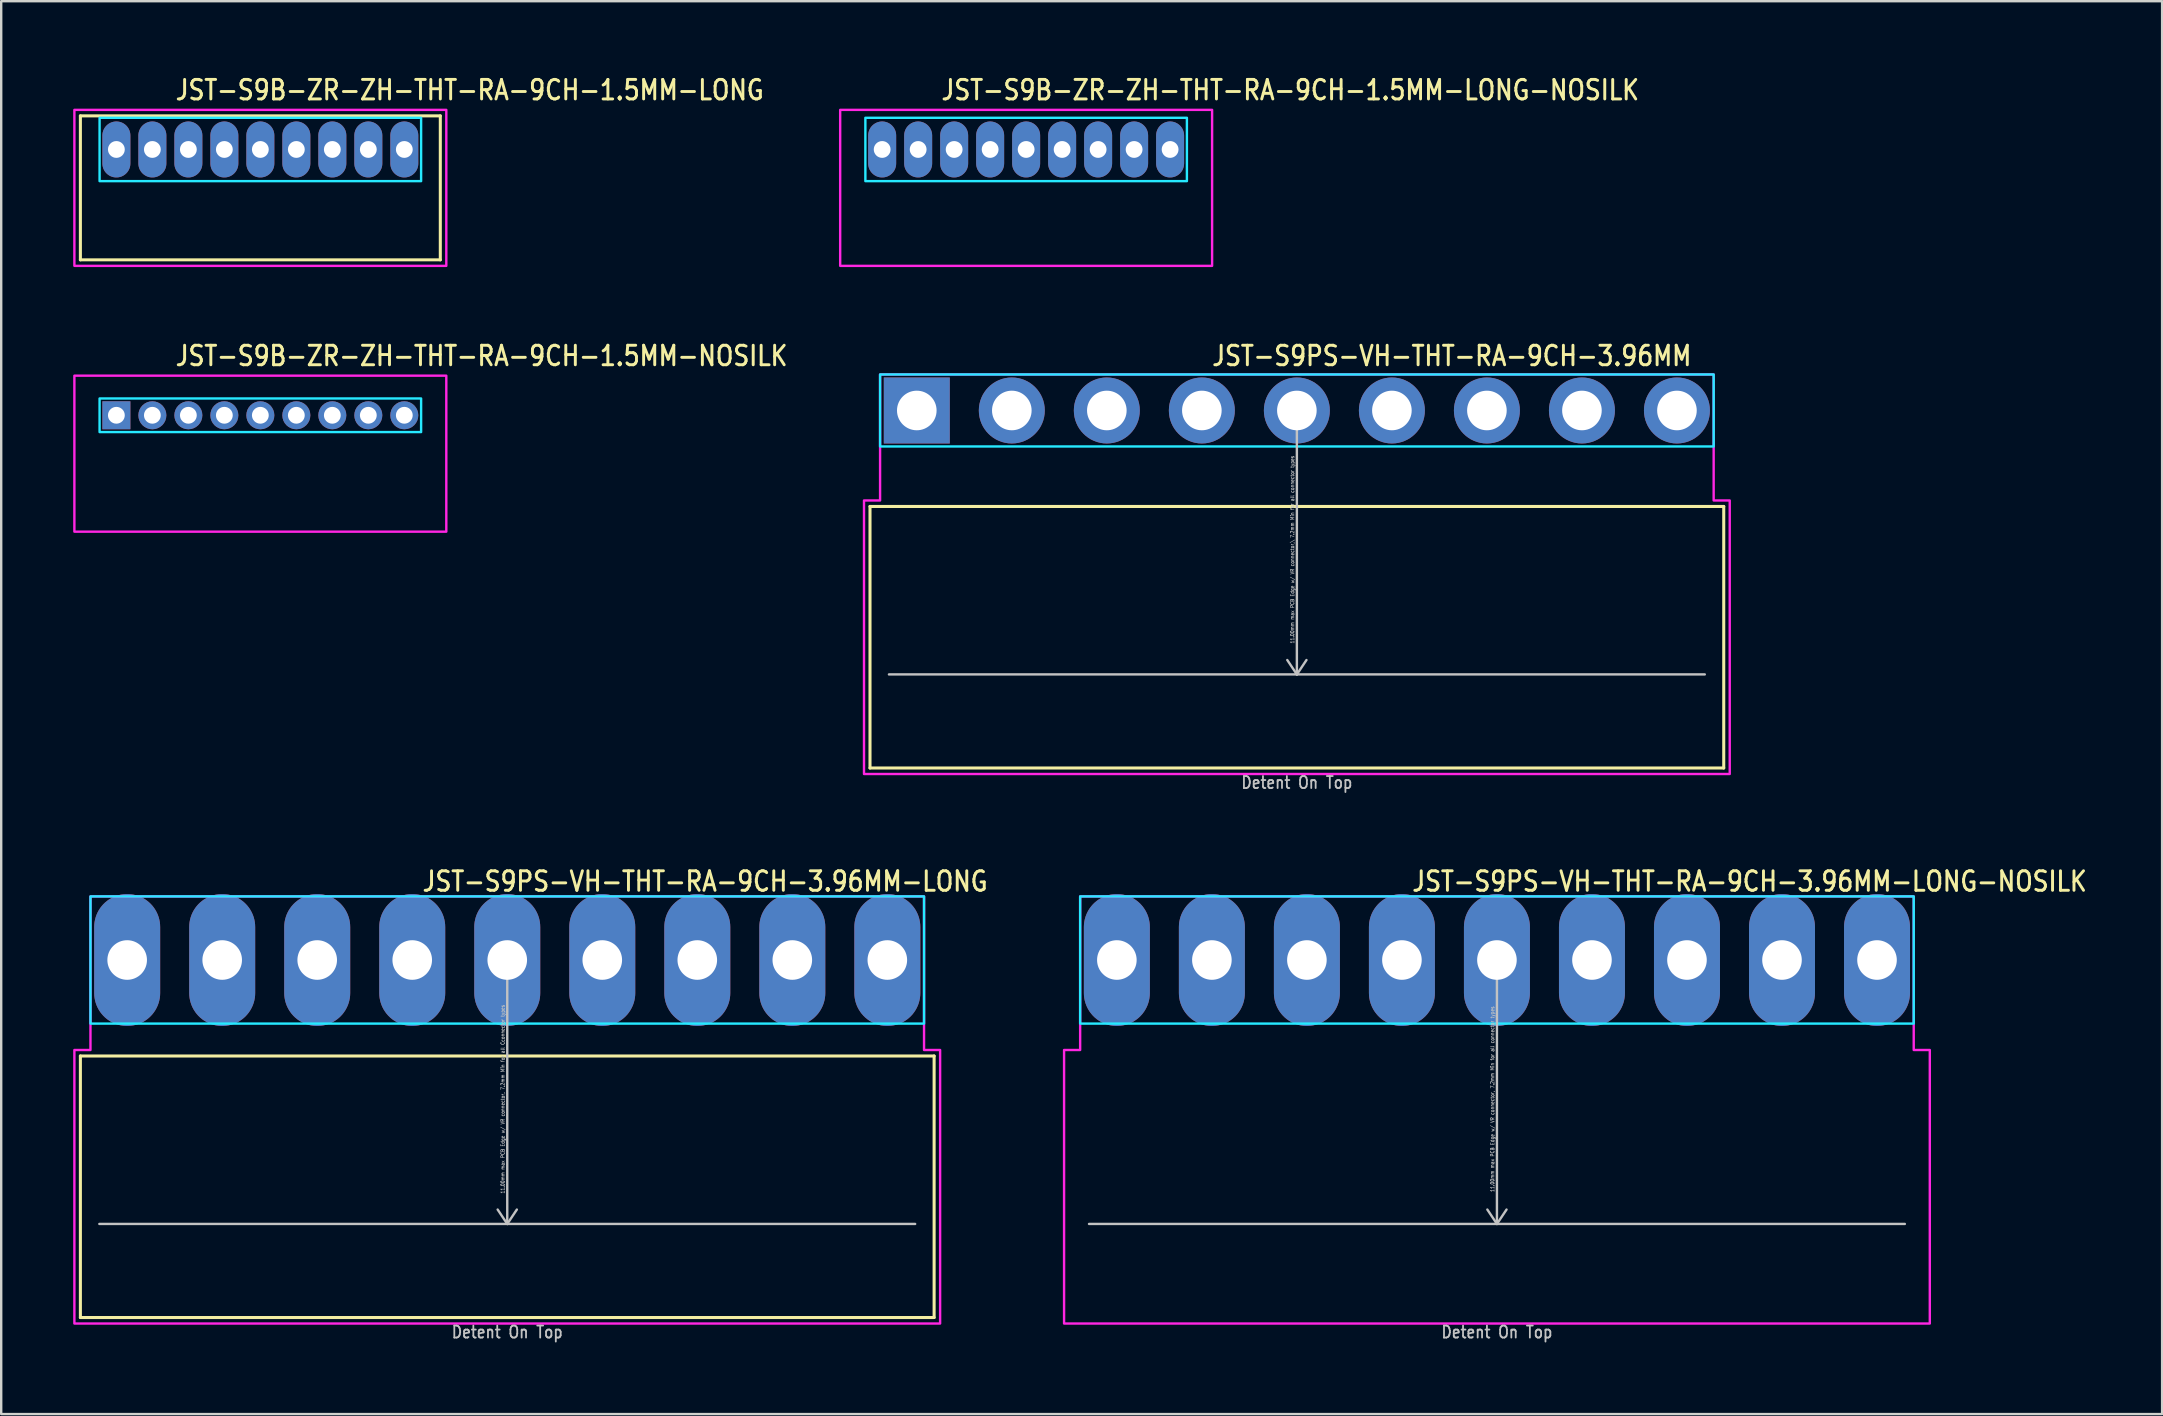
<source format=kicad_pcb>
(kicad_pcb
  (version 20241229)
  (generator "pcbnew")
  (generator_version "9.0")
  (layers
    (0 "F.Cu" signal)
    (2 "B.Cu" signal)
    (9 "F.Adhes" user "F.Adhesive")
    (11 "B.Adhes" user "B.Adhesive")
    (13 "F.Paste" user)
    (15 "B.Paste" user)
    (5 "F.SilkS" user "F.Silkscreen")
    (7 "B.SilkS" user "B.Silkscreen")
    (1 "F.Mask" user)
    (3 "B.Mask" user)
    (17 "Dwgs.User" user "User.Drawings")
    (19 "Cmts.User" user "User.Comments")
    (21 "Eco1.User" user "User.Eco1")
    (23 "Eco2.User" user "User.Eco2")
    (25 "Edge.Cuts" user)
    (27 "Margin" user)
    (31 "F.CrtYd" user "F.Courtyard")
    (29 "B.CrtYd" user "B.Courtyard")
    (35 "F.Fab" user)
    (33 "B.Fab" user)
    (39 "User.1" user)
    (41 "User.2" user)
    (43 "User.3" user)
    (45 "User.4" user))
  (footprint "JST-S9PS-VH-THT-RA-9CH-3.96MM-LONG-NOSILK"
    (layer "F.Cu")
    (at 59.336 36.959)
    (property "Reference" "JST-S9PS-VH-THT-RA-9CH-3.96MM-LONG-NOSILK" (at -3.6 -2.8 0) (unlocked yes) (layer "F.SilkS") (effects (font (size 0.813 0.695) (thickness 0.122)) (justify left bottom)))
    (fp_line (start -17 11) (end 17 11) (stroke (width 0.1) (type solid)) (layer "Dwgs.User"))
    (fp_line (start 0 0) (end -0.4 0.6) (stroke (width 0.1) (type solid)) (layer "Dwgs.User"))
    (fp_line (start 0 0) (end 0 11) (stroke (width 0.1) (type solid)) (layer "Dwgs.User"))
    (fp_line (start 0 0) (end 0.4 0.6) (stroke (width 0.1) (type solid)) (layer "Dwgs.User"))
    (fp_line (start 0 11) (end -0.4 10.4) (stroke (width 0.1) (type solid)) (layer "Dwgs.User"))
    (fp_line (start 0 11) (end 0.4 10.4) (stroke (width 0.1) (type solid)) (layer "Dwgs.User"))
    (fp_poly (pts (xy -17.37 -2.65) (xy -17.37 2.65) (xy 17.37 2.65) (xy 17.37 -2.65)) (stroke (width 0.1) (type solid)) (fill no) (layer "B.CrtYd"))
    (fp_poly (pts (xy -18.04 3.75) (xy -18.04 15.15) (xy 18.04 15.15) (xy 18.04 3.75) (xy 17.37 3.75) (xy 17.37 -2.65) (xy -17.37 -2.65) (xy -17.37 3.75)) (stroke (width 0.1) (type solid)) (fill no) (layer "F.CrtYd"))
    (fp_text user "Detent On Top" (at 0 15.8 0) (unlocked yes) (layer "Dwgs.User") (effects (font (size 0.5 0.427) (thickness 0.075)) (justify bottom)))
    (fp_text user "11.00mm max PCB Edge w/ VR connector, 7.2mm Min for all connector types" (at -0.1 5.8 90) (unlocked yes) (layer "Dwgs.User") (effects (font (size 0.15 0.128) (thickness 0.022)) (justify bottom)))
    (pad "P$1" thru_hole oval (at -15.84 0 90) (size 5.5 2.75) (drill 1.65) (layers "*.Cu" "*.Mask"))
    (pad "P$2" thru_hole oval (at -11.88 0 90) (size 5.5 2.75) (drill 1.65) (layers "*.Cu" "*.Mask"))
    (pad "P$3" thru_hole oval (at -7.92 0 90) (size 5.5 2.75) (drill 1.65) (layers "*.Cu" "*.Mask"))
    (pad "P$4" thru_hole oval (at -3.96 0 90) (size 5.5 2.75) (drill 1.65) (layers "*.Cu" "*.Mask"))
    (pad "P$5" thru_hole oval (at 0 0 90) (size 5.5 2.75) (drill 1.65) (layers "*.Cu" "*.Mask"))
    (pad "P$6" thru_hole oval (at 3.96 0 90) (size 5.5 2.75) (drill 1.65) (layers "*.Cu" "*.Mask"))
    (pad "P$7" thru_hole oval (at 7.92 0 90) (size 5.5 2.75) (drill 1.65) (layers "*.Cu" "*.Mask"))
    (pad "P$8" thru_hole oval (at 11.88 0 90) (size 5.5 2.75) (drill 1.65) (layers "*.Cu" "*.Mask"))
    (pad "P$9" thru_hole oval (at 15.84 0 90) (size 5.5 2.75) (drill 1.65) (layers "*.Cu" "*.Mask")))
  (footprint "JST-S9B-ZR-ZH-THT-RA-9CH-1.5MM-NOSILK"
    (layer "F.Cu")
    (at 7.8 14.257)
    (property "Reference" "JST-S9B-ZR-ZH-THT-RA-9CH-1.5MM-NOSILK" (at -3.6 -2 0) (unlocked yes) (layer "F.SilkS") (effects (font (size 0.813 0.695) (thickness 0.122)) (justify left bottom)))
    (fp_poly (pts (xy -6.7 -0.7) (xy -6.7 0.7) (xy 6.7 0.7) (xy 6.7 -0.7)) (stroke (width 0.1) (type solid)) (fill no) (layer "B.CrtYd"))
    (fp_poly (pts (xy -7.75 -1.65) (xy -7.75 4.85) (xy 7.75 4.85) (xy 7.75 -1.65)) (stroke (width 0.1) (type solid)) (fill no) (layer "F.CrtYd"))
    (pad "P$1" thru_hole rect (at -6 0) (size 1.167 1.167) (drill 0.7) (layers "*.Cu" "*.Mask"))
    (pad "P$2" thru_hole oval (at -4.5 0) (size 1.167 1.167) (drill 0.7) (layers "*.Cu" "*.Mask"))
    (pad "P$3" thru_hole oval (at -3 0) (size 1.167 1.167) (drill 0.7) (layers "*.Cu" "*.Mask"))
    (pad "P$4" thru_hole oval (at -1.5 0) (size 1.167 1.167) (drill 0.7) (layers "*.Cu" "*.Mask"))
    (pad "P$5" thru_hole oval (at 0 0) (size 1.167 1.167) (drill 0.7) (layers "*.Cu" "*.Mask"))
    (pad "P$6" thru_hole oval (at 1.5 0) (size 1.167 1.167) (drill 0.7) (layers "*.Cu" "*.Mask"))
    (pad "P$7" thru_hole oval (at 3 0) (size 1.167 1.167) (drill 0.7) (layers "*.Cu" "*.Mask"))
    (pad "P$8" thru_hole oval (at 4.5 0) (size 1.167 1.167) (drill 0.7) (layers "*.Cu" "*.Mask"))
    (pad "P$9" thru_hole oval (at 6 0) (size 1.167 1.167) (drill 0.7) (layers "*.Cu" "*.Mask")))
  (footprint "JST-S9B-ZR-ZH-THT-RA-9CH-1.5MM-LONG-NOSILK"
    (layer "F.Cu")
    (at 39.715 3.179)
    (property "Reference" "JST-S9B-ZR-ZH-THT-RA-9CH-1.5MM-LONG-NOSILK" (at -3.6 -2 0) (unlocked yes) (layer "F.SilkS") (effects (font (size 0.813 0.695) (thickness 0.122)) (justify left bottom)))
    (fp_poly (pts (xy -6.7 -1.32) (xy -6.7 1.32) (xy 6.7 1.32) (xy 6.7 -1.32)) (stroke (width 0.1) (type solid)) (fill no) (layer "B.CrtYd"))
    (fp_poly (pts (xy -7.75 -1.65) (xy -7.75 4.85) (xy 7.75 4.85) (xy 7.75 -1.65)) (stroke (width 0.1) (type solid)) (fill no) (layer "F.CrtYd"))
    (pad "P$1" thru_hole oval (at -6 0 90) (size 2.333 1.167) (drill 0.7) (layers "*.Cu" "*.Mask"))
    (pad "P$2" thru_hole oval (at -4.5 0 90) (size 2.333 1.167) (drill 0.7) (layers "*.Cu" "*.Mask"))
    (pad "P$3" thru_hole oval (at -3 0 90) (size 2.333 1.167) (drill 0.7) (layers "*.Cu" "*.Mask"))
    (pad "P$4" thru_hole oval (at -1.5 0 90) (size 2.333 1.167) (drill 0.7) (layers "*.Cu" "*.Mask"))
    (pad "P$5" thru_hole oval (at 0 0 90) (size 2.333 1.167) (drill 0.7) (layers "*.Cu" "*.Mask"))
    (pad "P$6" thru_hole oval (at 1.5 0 90) (size 2.333 1.167) (drill 0.7) (layers "*.Cu" "*.Mask"))
    (pad "P$7" thru_hole oval (at 3 0 90) (size 2.333 1.167) (drill 0.7) (layers "*.Cu" "*.Mask"))
    (pad "P$8" thru_hole oval (at 4.5 0 90) (size 2.333 1.167) (drill 0.7) (layers "*.Cu" "*.Mask"))
    (pad "P$9" thru_hole oval (at 6 0 90) (size 2.333 1.167) (drill 0.7) (layers "*.Cu" "*.Mask")))
  (footprint "JST-S9B-ZR-ZH-THT-RA-9CH-1.5MM-LONG"
    (layer "F.Cu")
    (at 7.8 3.179)
    (property "Reference" "JST-S9B-ZR-ZH-THT-RA-9CH-1.5MM-LONG" (at -3.6 -2 0) (unlocked yes) (layer "F.SilkS") (effects (font (size 0.813 0.695) (thickness 0.122)) (justify left bottom)))
    (fp_line (start -7.5 -1.4) (end 7.5 -1.4) (stroke (width 0.127) (type solid)) (layer "F.SilkS"))
    (fp_line (start -7.5 4.6) (end -7.5 -1.4) (stroke (width 0.127) (type solid)) (layer "F.SilkS"))
    (fp_line (start -7.5 4.6) (end 7.5 4.6) (stroke (width 0.127) (type solid)) (layer "F.SilkS"))
    (fp_line (start 7.5 -1.4) (end 7.5 4.6) (stroke (width 0.127) (type solid)) (layer "F.SilkS"))
    (fp_poly (pts (xy -6.7 -1.32) (xy -6.7 1.32) (xy 6.7 1.32) (xy 6.7 -1.32)) (stroke (width 0.1) (type solid)) (fill no) (layer "B.CrtYd"))
    (fp_poly (pts (xy -7.75 -1.65) (xy -7.75 4.85) (xy 7.75 4.85) (xy 7.75 -1.65)) (stroke (width 0.1) (type solid)) (fill no) (layer "F.CrtYd"))
    (pad "P$1" thru_hole oval (at -6 0 90) (size 2.333 1.167) (drill 0.7) (layers "*.Cu" "*.Mask"))
    (pad "P$2" thru_hole oval (at -4.5 0 90) (size 2.333 1.167) (drill 0.7) (layers "*.Cu" "*.Mask"))
    (pad "P$3" thru_hole oval (at -3 0 90) (size 2.333 1.167) (drill 0.7) (layers "*.Cu" "*.Mask"))
    (pad "P$4" thru_hole oval (at -1.5 0 90) (size 2.333 1.167) (drill 0.7) (layers "*.Cu" "*.Mask"))
    (pad "P$5" thru_hole oval (at 0 0 90) (size 2.333 1.167) (drill 0.7) (layers "*.Cu" "*.Mask"))
    (pad "P$6" thru_hole oval (at 1.5 0 90) (size 2.333 1.167) (drill 0.7) (layers "*.Cu" "*.Mask"))
    (pad "P$7" thru_hole oval (at 3 0 90) (size 2.333 1.167) (drill 0.7) (layers "*.Cu" "*.Mask"))
    (pad "P$8" thru_hole oval (at 4.5 0 90) (size 2.333 1.167) (drill 0.7) (layers "*.Cu" "*.Mask"))
    (pad "P$9" thru_hole oval (at 6 0 90) (size 2.333 1.167) (drill 0.7) (layers "*.Cu" "*.Mask")))
  (footprint "JST-S9PS-VH-THT-RA-9CH-3.96MM-LONG"
    (layer "F.Cu")
    (at 18.09 36.959)
    (property "Reference" "JST-S9PS-VH-THT-RA-9CH-3.96MM-LONG" (at -3.6 -2.8 0) (unlocked yes) (layer "F.SilkS") (effects (font (size 0.813 0.695) (thickness 0.122)) (justify left bottom)))
    (fp_line (start -17.79 4) (end 17.79 4) (stroke (width 0.127) (type solid)) (layer "F.SilkS"))
    (fp_line (start -17.79 14.9) (end -17.79 4) (stroke (width 0.127) (type solid)) (layer "F.SilkS"))
    (fp_line (start -17.79 14.9) (end 17.79 14.9) (stroke (width 0.127) (type solid)) (layer "F.SilkS"))
    (fp_line (start 17.79 4) (end 17.79 14.9) (stroke (width 0.127) (type solid)) (layer "F.SilkS"))
    (fp_line (start -17 11) (end 17 11) (stroke (width 0.1) (type solid)) (layer "Dwgs.User"))
    (fp_line (start 0 0) (end -0.4 0.6) (stroke (width 0.1) (type solid)) (layer "Dwgs.User"))
    (fp_line (start 0 0) (end 0 11) (stroke (width 0.1) (type solid)) (layer "Dwgs.User"))
    (fp_line (start 0 0) (end 0.4 0.6) (stroke (width 0.1) (type solid)) (layer "Dwgs.User"))
    (fp_line (start 0 11) (end -0.4 10.4) (stroke (width 0.1) (type solid)) (layer "Dwgs.User"))
    (fp_line (start 0 11) (end 0.4 10.4) (stroke (width 0.1) (type solid)) (layer "Dwgs.User"))
    (fp_poly (pts (xy -17.37 -2.65) (xy -17.37 2.65) (xy 17.37 2.65) (xy 17.37 -2.65)) (stroke (width 0.1) (type solid)) (fill no) (layer "B.CrtYd"))
    (fp_poly (pts (xy -18.04 3.75) (xy -18.04 15.15) (xy 18.04 15.15) (xy 18.04 3.75) (xy 17.37 3.75) (xy 17.37 -2.65) (xy -17.37 -2.65) (xy -17.37 3.75)) (stroke (width 0.1) (type solid)) (fill no) (layer "F.CrtYd"))
    (fp_text user "Detent On Top" (at 0 15.8 0) (unlocked yes) (layer "Dwgs.User") (effects (font (size 0.5 0.427) (thickness 0.075)) (justify bottom)))
    (fp_text user "11.00mm max PCB Edge w/ VR connector, 7.2mm Min for all Cconnector types" (at -0.1 5.8 90) (unlocked yes) (layer "Dwgs.User") (effects (font (size 0.15 0.128) (thickness 0.022)) (justify bottom)))
    (pad "P$1" thru_hole oval (at -15.84 0 90) (size 5.5 2.75) (drill 1.65) (layers "*.Cu" "*.Mask"))
    (pad "P$2" thru_hole oval (at -11.88 0 90) (size 5.5 2.75) (drill 1.65) (layers "*.Cu" "*.Mask"))
    (pad "P$3" thru_hole oval (at -7.92 0 90) (size 5.5 2.75) (drill 1.65) (layers "*.Cu" "*.Mask"))
    (pad "P$4" thru_hole oval (at -3.96 0 90) (size 5.5 2.75) (drill 1.65) (layers "*.Cu" "*.Mask"))
    (pad "P$5" thru_hole oval (at 0 0 90) (size 5.5 2.75) (drill 1.65) (layers "*.Cu" "*.Mask"))
    (pad "P$6" thru_hole oval (at 3.96 0 90) (size 5.5 2.75) (drill 1.65) (layers "*.Cu" "*.Mask"))
    (pad "P$7" thru_hole oval (at 7.92 0 90) (size 5.5 2.75) (drill 1.65) (layers "*.Cu" "*.Mask"))
    (pad "P$8" thru_hole oval (at 11.88 0 90) (size 5.5 2.75) (drill 1.65) (layers "*.Cu" "*.Mask"))
    (pad "P$9" thru_hole oval (at 15.84 0 90) (size 5.5 2.75) (drill 1.65) (layers "*.Cu" "*.Mask")))
  (footprint "JST-S9PS-VH-THT-RA-9CH-3.96MM"
    (layer "F.Cu")
    (at 50.998 14.057)
    (property "Reference" "JST-S9PS-VH-THT-RA-9CH-3.96MM" (at -3.6 -1.8 0) (unlocked yes) (layer "F.SilkS") (effects (font (size 0.813 0.695) (thickness 0.122)) (justify left bottom)))
    (fp_line (start -17.79 4) (end 17.79 4) (stroke (width 0.127) (type solid)) (layer "F.SilkS"))
    (fp_line (start -17.79 14.9) (end -17.79 4) (stroke (width 0.127) (type solid)) (layer "F.SilkS"))
    (fp_line (start -17.79 14.9) (end 17.79 14.9) (stroke (width 0.127) (type solid)) (layer "F.SilkS"))
    (fp_line (start 17.79 4) (end 17.79 14.9) (stroke (width 0.127) (type solid)) (layer "F.SilkS"))
    (fp_line (start -17 11) (end 17 11) (stroke (width 0.1) (type solid)) (layer "Dwgs.User"))
    (fp_line (start 0 0) (end -0.4 0.6) (stroke (width 0.1) (type solid)) (layer "Dwgs.User"))
    (fp_line (start 0 0) (end 0 11) (stroke (width 0.1) (type solid)) (layer "Dwgs.User"))
    (fp_line (start 0 0) (end 0.4 0.6) (stroke (width 0.1) (type solid)) (layer "Dwgs.User"))
    (fp_line (start 0 11) (end -0.4 10.4) (stroke (width 0.1) (type solid)) (layer "Dwgs.User"))
    (fp_line (start 0 11) (end 0.4 10.4) (stroke (width 0.1) (type solid)) (layer "Dwgs.User"))
    (fp_poly (pts (xy -17.37 -1.5) (xy -17.37 1.5) (xy 17.37 1.5) (xy 17.37 -1.5)) (stroke (width 0.1) (type solid)) (fill no) (layer "B.CrtYd"))
    (fp_poly (pts (xy -18.04 3.75) (xy -18.04 15.15) (xy 18.04 15.15) (xy 18.04 3.75) (xy 17.37 3.75) (xy 17.37 -1.5) (xy -17.37 -1.5) (xy -17.37 3.75)) (stroke (width 0.1) (type solid)) (fill no) (layer "F.CrtYd"))
    (fp_text user "Detent On Top" (at 0 15.8 0) (unlocked yes) (layer "Dwgs.User") (effects (font (size 0.5 0.427) (thickness 0.075)) (justify bottom)))
    (fp_text user "11.00mm max PCB Edge w/ VR connector,\\ 7.2mm Min for all connector types" (at -0.1 5.8 90) (unlocked yes) (layer "Dwgs.User") (effects (font (size 0.15 0.128) (thickness 0.022)) (justify bottom)))
    (pad "P$1" thru_hole rect (at -15.84 0) (size 2.75 2.75) (drill 1.65) (layers "*.Cu" "*.Mask"))
    (pad "P$2" thru_hole oval (at -11.88 0) (size 2.75 2.75) (drill 1.65) (layers "*.Cu" "*.Mask"))
    (pad "P$3" thru_hole oval (at -7.92 0) (size 2.75 2.75) (drill 1.65) (layers "*.Cu" "*.Mask"))
    (pad "P$4" thru_hole oval (at -3.96 0) (size 2.75 2.75) (drill 1.65) (layers "*.Cu" "*.Mask"))
    (pad "P$5" thru_hole oval (at 0 0) (size 2.75 2.75) (drill 1.65) (layers "*.Cu" "*.Mask"))
    (pad "P$6" thru_hole oval (at 3.96 0) (size 2.75 2.75) (drill 1.65) (layers "*.Cu" "*.Mask"))
    (pad "P$7" thru_hole oval (at 7.92 0) (size 2.75 2.75) (drill 1.65) (layers "*.Cu" "*.Mask"))
    (pad "P$8" thru_hole oval (at 11.88 0) (size 2.75 2.75) (drill 1.65) (layers "*.Cu" "*.Mask"))
    (pad "P$9" thru_hole oval (at 15.84 0) (size 2.75 2.75) (drill 1.65) (layers "*.Cu" "*.Mask")))
  (gr_rect
    (start -3 -3)
    (end 87.058 55.882)
    (stroke (width 0.1) (type default))
    (fill no)
    (layer "Edge.Cuts")))
</source>
